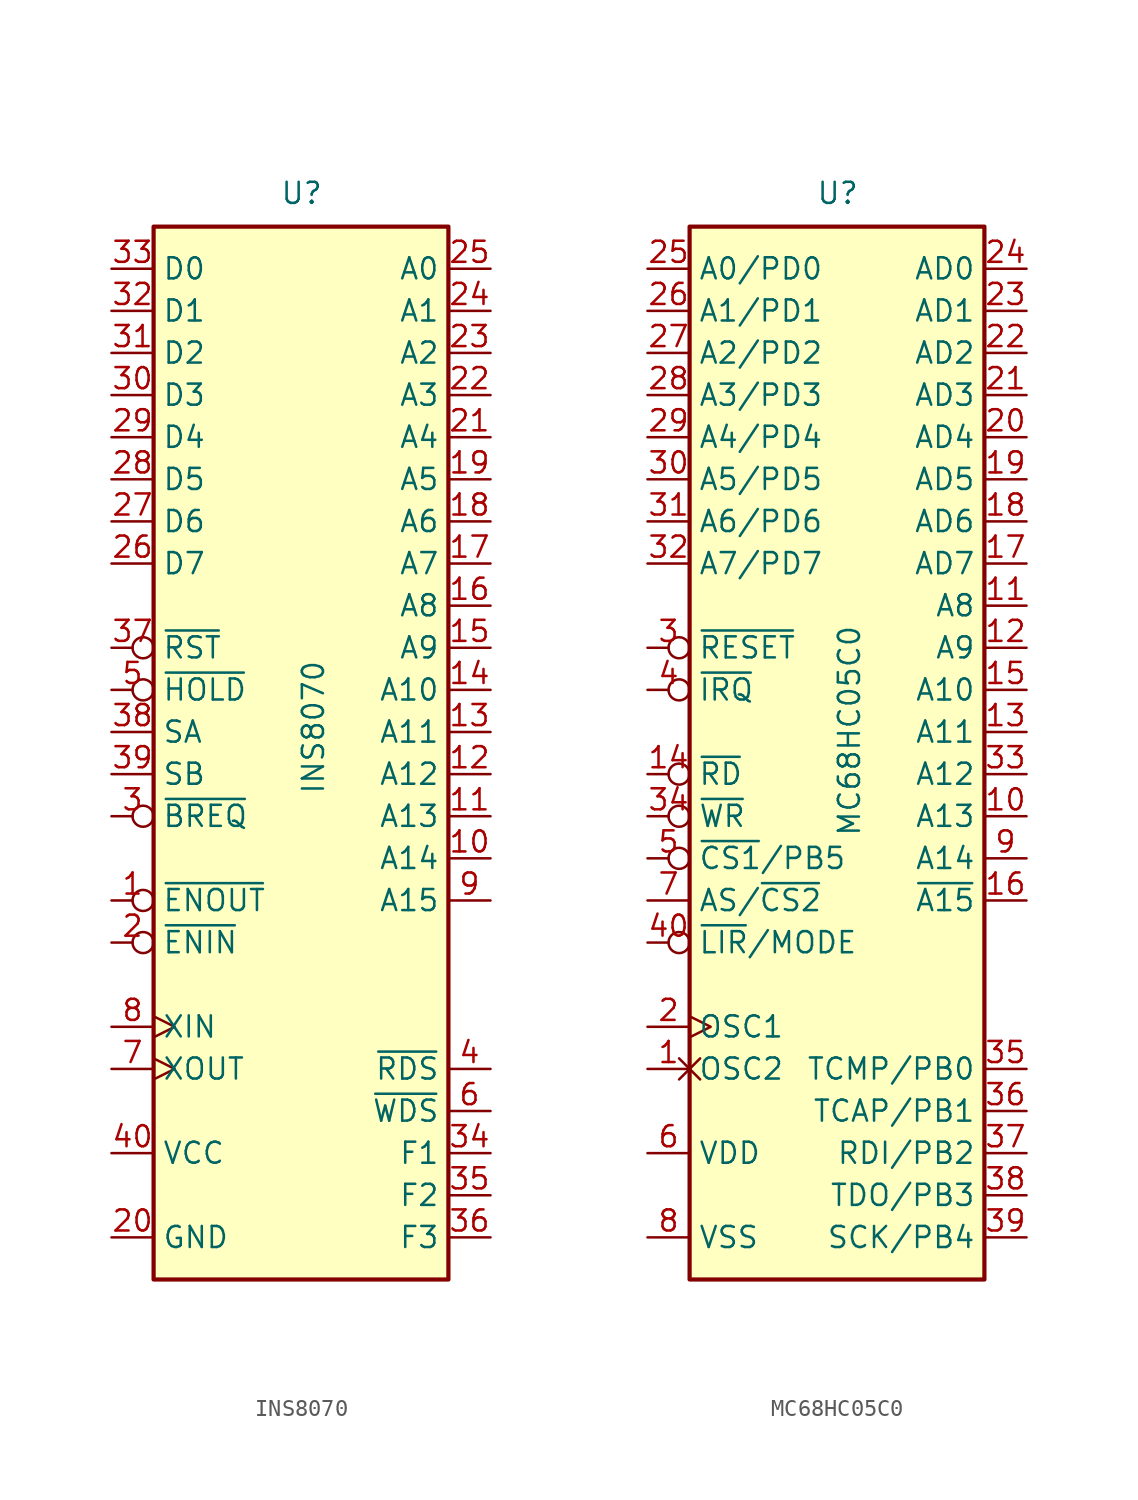
<source format=kicad_sym>
(kicad_symbol_lib
  (version 20220914)
  (generator kicad_symbol_editor)
  (symbol "INS8070"
    (property "Reference" "U"
      (at -1.27 31.75 0)
      (effects (font (size 1.27 1.27)) (justify left bottom)))
    (property "Value" "INS8070"
      (at 0 -3.81 90)
      (effects (font (size 1.27 1.27)) (justify left top)))
    (symbol "INS8070_0_1"
      (rectangle (start -8.89 -33.02) (end 8.89 30.48) (stroke (width 0.254) (type default)) (fill (type background))))
    (symbol "INS8070_1_1"
      (pin output inverted (at -11.43 -10.16 0) (length 2.54) (name "~{ENOUT}" (effects (font (size 1.27 1.27)))) (number "1" (effects (font (size 1.27 1.27)))))
      (pin output line (at 11.43 -7.62 180) (length 2.54) (name "A14" (effects (font (size 1.27 1.27)))) (number "10" (effects (font (size 1.27 1.27)))))
      (pin output line (at 11.43 -5.08 180) (length 2.54) (name "A13" (effects (font (size 1.27 1.27)))) (number "11" (effects (font (size 1.27 1.27)))))
      (pin output line (at 11.43 -2.54 180) (length 2.54) (name "A12" (effects (font (size 1.27 1.27)))) (number "12" (effects (font (size 1.27 1.27)))))
      (pin output line (at 11.43 0 180) (length 2.54) (name "A11" (effects (font (size 1.27 1.27)))) (number "13" (effects (font (size 1.27 1.27)))))
      (pin output line (at 11.43 2.54 180) (length 2.54) (name "A10" (effects (font (size 1.27 1.27)))) (number "14" (effects (font (size 1.27 1.27)))))
      (pin output line (at 11.43 5.08 180) (length 2.54) (name "A9" (effects (font (size 1.27 1.27)))) (number "15" (effects (font (size 1.27 1.27)))))
      (pin output line (at 11.43 7.62 180) (length 2.54) (name "A8" (effects (font (size 1.27 1.27)))) (number "16" (effects (font (size 1.27 1.27)))))
      (pin output line (at 11.43 10.16 180) (length 2.54) (name "A7" (effects (font (size 1.27 1.27)))) (number "17" (effects (font (size 1.27 1.27)))))
      (pin output line (at 11.43 12.7 180) (length 2.54) (name "A6" (effects (font (size 1.27 1.27)))) (number "18" (effects (font (size 1.27 1.27)))))
      (pin output line (at 11.43 15.24 180) (length 2.54) (name "A5" (effects (font (size 1.27 1.27)))) (number "19" (effects (font (size 1.27 1.27)))))
      (pin input inverted (at -11.43 -12.7 0) (length 2.54) (name "~{ENIN}" (effects (font (size 1.27 1.27)))) (number "2" (effects (font (size 1.27 1.27)))))
      (pin power_in line (at -11.43 -30.48 0) (length 2.54) (name "GND" (effects (font (size 1.27 1.27)))) (number "20" (effects (font (size 1.27 1.27)))))
      (pin output line (at 11.43 17.78 180) (length 2.54) (name "A4" (effects (font (size 1.27 1.27)))) (number "21" (effects (font (size 1.27 1.27)))))
      (pin output line (at 11.43 20.32 180) (length 2.54) (name "A3" (effects (font (size 1.27 1.27)))) (number "22" (effects (font (size 1.27 1.27)))))
      (pin output line (at 11.43 22.86 180) (length 2.54) (name "A2" (effects (font (size 1.27 1.27)))) (number "23" (effects (font (size 1.27 1.27)))))
      (pin output line (at 11.43 25.4 180) (length 2.54) (name "A1" (effects (font (size 1.27 1.27)))) (number "24" (effects (font (size 1.27 1.27)))))
      (pin output line (at 11.43 27.94 180) (length 2.54) (name "A0" (effects (font (size 1.27 1.27)))) (number "25" (effects (font (size 1.27 1.27)))))
      (pin bidirectional line (at -11.43 10.16 0) (length 2.54) (name "D7" (effects (font (size 1.27 1.27)))) (number "26" (effects (font (size 1.27 1.27)))))
      (pin bidirectional line (at -11.43 12.7 0) (length 2.54) (name "D6" (effects (font (size 1.27 1.27)))) (number "27" (effects (font (size 1.27 1.27)))))
      (pin bidirectional line (at -11.43 15.24 0) (length 2.54) (name "D5" (effects (font (size 1.27 1.27)))) (number "28" (effects (font (size 1.27 1.27)))))
      (pin bidirectional line (at -11.43 17.78 0) (length 2.54) (name "D4" (effects (font (size 1.27 1.27)))) (number "29" (effects (font (size 1.27 1.27)))))
      (pin input inverted (at -11.43 -5.08 0) (length 2.54) (name "~{BREQ}" (effects (font (size 1.27 1.27)))) (number "3" (effects (font (size 1.27 1.27)))))
      (pin bidirectional line (at -11.43 20.32 0) (length 2.54) (name "D3" (effects (font (size 1.27 1.27)))) (number "30" (effects (font (size 1.27 1.27)))))
      (pin bidirectional line (at -11.43 22.86 0) (length 2.54) (name "D2" (effects (font (size 1.27 1.27)))) (number "31" (effects (font (size 1.27 1.27)))))
      (pin bidirectional line (at -11.43 25.4 0) (length 2.54) (name "D1" (effects (font (size 1.27 1.27)))) (number "32" (effects (font (size 1.27 1.27)))))
      (pin bidirectional line (at -11.43 27.94 0) (length 2.54) (name "D0" (effects (font (size 1.27 1.27)))) (number "33" (effects (font (size 1.27 1.27)))))
      (pin output line (at 11.43 -25.4 180) (length 2.54) (name "F1" (effects (font (size 1.27 1.27)))) (number "34" (effects (font (size 1.27 1.27)))))
      (pin output line (at 11.43 -27.94 180) (length 2.54) (name "F2" (effects (font (size 1.27 1.27)))) (number "35" (effects (font (size 1.27 1.27)))))
      (pin output line (at 11.43 -30.48 180) (length 2.54) (name "F3" (effects (font (size 1.27 1.27)))) (number "36" (effects (font (size 1.27 1.27)))))
      (pin input inverted (at -11.43 5.08 0) (length 2.54) (name "~{RST}" (effects (font (size 1.27 1.27)))) (number "37" (effects (font (size 1.27 1.27)))))
      (pin input line (at -11.43 0 0) (length 2.54) (name "SA" (effects (font (size 1.27 1.27)))) (number "38" (effects (font (size 1.27 1.27)))))
      (pin input line (at -11.43 -2.54 0) (length 2.54) (name "SB" (effects (font (size 1.27 1.27)))) (number "39" (effects (font (size 1.27 1.27)))))
      (pin output line (at 11.43 -20.32 180) (length 2.54) (name "~{RDS}" (effects (font (size 1.27 1.27)))) (number "4" (effects (font (size 1.27 1.27)))))
      (pin power_in line (at -11.43 -25.4 0) (length 2.54) (name "VCC" (effects (font (size 1.27 1.27)))) (number "40" (effects (font (size 1.27 1.27)))))
      (pin input inverted (at -11.43 2.54 0) (length 2.54) (name "~{HOLD}" (effects (font (size 1.27 1.27)))) (number "5" (effects (font (size 1.27 1.27)))))
      (pin output line (at 11.43 -22.86 180) (length 2.54) (name "~{WDS}" (effects (font (size 1.27 1.27)))) (number "6" (effects (font (size 1.27 1.27)))))
      (pin output clock (at -11.43 -20.32 0) (length 2.54) (name "XOUT" (effects (font (size 1.27 1.27)))) (number "7" (effects (font (size 1.27 1.27)))))
      (pin input clock (at -11.43 -17.78 0) (length 2.54) (name "XIN" (effects (font (size 1.27 1.27)))) (number "8" (effects (font (size 1.27 1.27)))))
      (pin output line (at 11.43 -10.16 180) (length 2.54) (name "A15" (effects (font (size 1.27 1.27)))) (number "9" (effects (font (size 1.27 1.27)))))))
  (symbol "MC68HC05C0"
    (property "Reference" "U"
      (at -1.27 31.75 0)
      (effects (font (size 1.27 1.27)) (justify left bottom)))
    (property "Value" "MC68HC05C0"
      (at 0 -6.35 90)
      (effects (font (size 1.27 1.27)) (justify left top)))
    (symbol "MC68HC05C0_0_1"
      (rectangle (start -8.89 -33.02) (end 8.89 30.48) (stroke (width 0.254) (type default)) (fill (type background))))
    (symbol "MC68HC05C0_1_1"
      (pin output non_logic (at -11.43 -20.32 0) (length 2.54) (name "OSC2" (effects (font (size 1.27 1.27)))) (number "1" (effects (font (size 1.27 1.27)))))
      (pin output line (at 11.43 -5.08 180) (length 2.54) (name "A13" (effects (font (size 1.27 1.27)))) (number "10" (effects (font (size 1.27 1.27)))))
      (pin output line (at 11.43 7.62 180) (length 2.54) (name "A8" (effects (font (size 1.27 1.27)))) (number "11" (effects (font (size 1.27 1.27)))))
      (pin output line (at 11.43 5.08 180) (length 2.54) (name "A9" (effects (font (size 1.27 1.27)))) (number "12" (effects (font (size 1.27 1.27)))))
      (pin output line (at 11.43 0 180) (length 2.54) (name "A11" (effects (font (size 1.27 1.27)))) (number "13" (effects (font (size 1.27 1.27)))))
      (pin output inverted (at -11.43 -2.54 0) (length 2.54) (name "~{RD}" (effects (font (size 1.27 1.27)))) (number "14" (effects (font (size 1.27 1.27)))))
      (pin output line (at 11.43 2.54 180) (length 2.54) (name "A10" (effects (font (size 1.27 1.27)))) (number "15" (effects (font (size 1.27 1.27)))))
      (pin output line (at 11.43 -10.16 180) (length 2.54) (name "~{A15}" (effects (font (size 1.27 1.27)))) (number "16" (effects (font (size 1.27 1.27)))))
      (pin bidirectional line (at 11.43 10.16 180) (length 2.54) (name "AD7" (effects (font (size 1.27 1.27)))) (number "17" (effects (font (size 1.27 1.27)))))
      (pin bidirectional line (at 11.43 12.7 180) (length 2.54) (name "AD6" (effects (font (size 1.27 1.27)))) (number "18" (effects (font (size 1.27 1.27)))))
      (pin bidirectional line (at 11.43 15.24 180) (length 2.54) (name "AD5" (effects (font (size 1.27 1.27)))) (number "19" (effects (font (size 1.27 1.27)))))
      (pin input clock (at -11.43 -17.78 0) (length 2.54) (name "OSC1" (effects (font (size 1.27 1.27)))) (number "2" (effects (font (size 1.27 1.27)))))
      (pin bidirectional line (at 11.43 17.78 180) (length 2.54) (name "AD4" (effects (font (size 1.27 1.27)))) (number "20" (effects (font (size 1.27 1.27)))))
      (pin bidirectional line (at 11.43 20.32 180) (length 2.54) (name "AD3" (effects (font (size 1.27 1.27)))) (number "21" (effects (font (size 1.27 1.27)))))
      (pin bidirectional line (at 11.43 22.86 180) (length 2.54) (name "AD2" (effects (font (size 1.27 1.27)))) (number "22" (effects (font (size 1.27 1.27)))))
      (pin bidirectional line (at 11.43 25.4 180) (length 2.54) (name "AD1" (effects (font (size 1.27 1.27)))) (number "23" (effects (font (size 1.27 1.27)))))
      (pin bidirectional line (at 11.43 27.94 180) (length 2.54) (name "AD0" (effects (font (size 1.27 1.27)))) (number "24" (effects (font (size 1.27 1.27)))))
      (pin bidirectional line (at -11.43 27.94 0) (length 2.54) (name "A0/PD0" (effects (font (size 1.27 1.27)))) (number "25" (effects (font (size 1.27 1.27)))))
      (pin bidirectional line (at -11.43 25.4 0) (length 2.54) (name "A1/PD1" (effects (font (size 1.27 1.27)))) (number "26" (effects (font (size 1.27 1.27)))))
      (pin bidirectional line (at -11.43 22.86 0) (length 2.54) (name "A2/PD2" (effects (font (size 1.27 1.27)))) (number "27" (effects (font (size 1.27 1.27)))))
      (pin bidirectional line (at -11.43 20.32 0) (length 2.54) (name "A3/PD3" (effects (font (size 1.27 1.27)))) (number "28" (effects (font (size 1.27 1.27)))))
      (pin bidirectional line (at -11.43 17.78 0) (length 2.54) (name "A4/PD4" (effects (font (size 1.27 1.27)))) (number "29" (effects (font (size 1.27 1.27)))))
      (pin input inverted (at -11.43 5.08 0) (length 2.54) (name "~{RESET}" (effects (font (size 1.27 1.27)))) (number "3" (effects (font (size 1.27 1.27)))))
      (pin bidirectional line (at -11.43 15.24 0) (length 2.54) (name "A5/PD5" (effects (font (size 1.27 1.27)))) (number "30" (effects (font (size 1.27 1.27)))))
      (pin bidirectional line (at -11.43 12.7 0) (length 2.54) (name "A6/PD6" (effects (font (size 1.27 1.27)))) (number "31" (effects (font (size 1.27 1.27)))))
      (pin bidirectional line (at -11.43 10.16 0) (length 2.54) (name "A7/PD7" (effects (font (size 1.27 1.27)))) (number "32" (effects (font (size 1.27 1.27)))))
      (pin output line (at 11.43 -2.54 180) (length 2.54) (name "A12" (effects (font (size 1.27 1.27)))) (number "33" (effects (font (size 1.27 1.27)))))
      (pin output inverted (at -11.43 -5.08 0) (length 2.54) (name "~{WR}" (effects (font (size 1.27 1.27)))) (number "34" (effects (font (size 1.27 1.27)))))
      (pin bidirectional line (at 11.43 -20.32 180) (length 2.54) (name "TCMP/PB0" (effects (font (size 1.27 1.27)))) (number "35" (effects (font (size 1.27 1.27)))))
      (pin bidirectional line (at 11.43 -22.86 180) (length 2.54) (name "TCAP/PB1" (effects (font (size 1.27 1.27)))) (number "36" (effects (font (size 1.27 1.27)))))
      (pin bidirectional line (at 11.43 -25.4 180) (length 2.54) (name "RDI/PB2" (effects (font (size 1.27 1.27)))) (number "37" (effects (font (size 1.27 1.27)))))
      (pin bidirectional line (at 11.43 -27.94 180) (length 2.54) (name "TDO/PB3" (effects (font (size 1.27 1.27)))) (number "38" (effects (font (size 1.27 1.27)))))
      (pin bidirectional line (at 11.43 -30.48 180) (length 2.54) (name "SCK/PB4" (effects (font (size 1.27 1.27)))) (number "39" (effects (font (size 1.27 1.27)))))
      (pin input inverted (at -11.43 2.54 0) (length 2.54) (name "~{IRQ}" (effects (font (size 1.27 1.27)))) (number "4" (effects (font (size 1.27 1.27)))))
      (pin output inverted (at -11.43 -12.7 0) (length 2.54) (name "~{LIR}/MODE" (effects (font (size 1.27 1.27)))) (number "40" (effects (font (size 1.27 1.27)))))
      (pin output inverted (at -11.43 -7.62 0) (length 2.54) (name "~{CS1}/PB5" (effects (font (size 1.27 1.27)))) (number "5" (effects (font (size 1.27 1.27)))))
      (pin power_in line (at -11.43 -25.4 0) (length 2.54) (name "VDD" (effects (font (size 1.27 1.27)))) (number "6" (effects (font (size 1.27 1.27)))))
      (pin output line (at -11.43 -10.16 0) (length 2.54) (name "AS/~{CS2}" (effects (font (size 1.27 1.27)))) (number "7" (effects (font (size 1.27 1.27)))))
      (pin power_in line (at -11.43 -30.48 0) (length 2.54) (name "VSS" (effects (font (size 1.27 1.27)))) (number "8" (effects (font (size 1.27 1.27)))))
      (pin output line (at 11.43 -7.62 180) (length 2.54) (name "A14" (effects (font (size 1.27 1.27)))) (number "9" (effects (font (size 1.27 1.27))))))))
</source>
